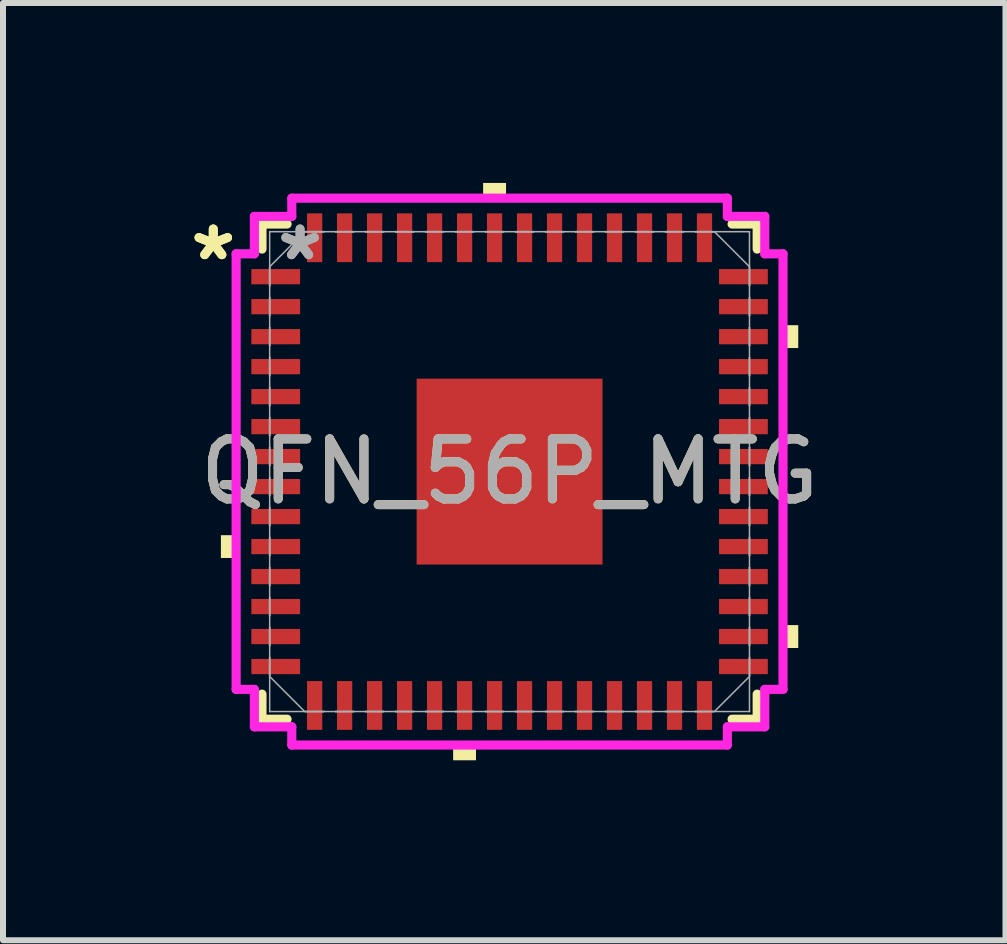
<source format=kicad_pcb>
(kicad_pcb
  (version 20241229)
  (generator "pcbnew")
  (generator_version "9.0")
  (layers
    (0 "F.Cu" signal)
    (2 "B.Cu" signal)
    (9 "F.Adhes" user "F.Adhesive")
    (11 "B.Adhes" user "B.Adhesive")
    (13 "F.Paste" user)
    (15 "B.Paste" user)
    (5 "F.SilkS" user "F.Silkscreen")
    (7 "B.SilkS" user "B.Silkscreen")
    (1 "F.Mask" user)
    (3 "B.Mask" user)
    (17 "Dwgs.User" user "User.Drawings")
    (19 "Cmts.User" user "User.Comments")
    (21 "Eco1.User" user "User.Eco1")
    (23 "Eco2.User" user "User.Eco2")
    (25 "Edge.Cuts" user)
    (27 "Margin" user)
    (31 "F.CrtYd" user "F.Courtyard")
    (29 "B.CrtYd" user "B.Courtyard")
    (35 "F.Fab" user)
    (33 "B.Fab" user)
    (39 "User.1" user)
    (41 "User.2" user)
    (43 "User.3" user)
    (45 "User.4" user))
  (footprint "QFN_56P_MTG"
    (layer "F.Cu")
    (at 5.446 4.813)
    (property "Reference" "QFN_56P_MTG" (at 0 0 0) (unlocked yes) (layer "F.SilkS") (effects (font (size 1 1) (thickness 0.15))))
    (attr smd)
    (fp_line (start -4.128 -4.128) (end -4.128 -3.71) (stroke (width 0.152) (type solid)) (layer "F.SilkS"))
    (fp_line (start -4.128 3.71) (end -4.128 4.128) (stroke (width 0.152) (type solid)) (layer "F.SilkS"))
    (fp_line (start -4.128 4.128) (end -3.71 4.128) (stroke (width 0.152) (type solid)) (layer "F.SilkS"))
    (fp_line (start -3.71 -4.128) (end -4.128 -4.128) (stroke (width 0.152) (type solid)) (layer "F.SilkS"))
    (fp_line (start 3.71 4.128) (end 4.128 4.128) (stroke (width 0.152) (type solid)) (layer "F.SilkS"))
    (fp_line (start 4.128 -4.128) (end 3.71 -4.128) (stroke (width 0.152) (type solid)) (layer "F.SilkS"))
    (fp_line (start 4.128 -3.71) (end 4.128 -4.128) (stroke (width 0.152) (type solid)) (layer "F.SilkS"))
    (fp_line (start 4.128 4.128) (end 4.128 3.71) (stroke (width 0.152) (type solid)) (layer "F.SilkS"))
    (fp_poly (pts (xy -4.813 1.06) (xy -4.813 1.44) (xy -4.559 1.44) (xy -4.559 1.06)) (stroke (width 0) (type solid)) (fill yes) (layer "F.SilkS"))
    (fp_poly (pts (xy -0.941 4.559) (xy -0.941 4.813) (xy -0.56 4.813) (xy -0.56 4.559)) (stroke (width 0) (type solid)) (fill yes) (layer "F.SilkS"))
    (fp_poly (pts (xy -0.441 -4.559) (xy -0.441 -4.813) (xy -0.059 -4.813) (xy -0.059 -4.559)) (stroke (width 0) (type solid)) (fill yes) (layer "F.SilkS"))
    (fp_poly (pts (xy 4.813 -2.441) (xy 4.813 -2.06) (xy 4.559 -2.06) (xy 4.559 -2.441)) (stroke (width 0) (type solid)) (fill yes) (layer "F.SilkS"))
    (fp_poly (pts (xy 4.813 2.559) (xy 4.813 2.941) (xy 4.559 2.941) (xy 4.559 2.559)) (stroke (width 0) (type solid)) (fill yes) (layer "F.SilkS"))
    (fp_poly (pts (xy -1.449 -1.449) (xy -1.449 -0.1) (xy -0.1 -0.1) (xy -0.1 -1.449)) (stroke (width 0) (type solid)) (fill yes) (layer "F.Paste"))
    (fp_poly (pts (xy -1.449 0.1) (xy -1.449 1.449) (xy -0.1 1.449) (xy -0.1 0.1)) (stroke (width 0) (type solid)) (fill yes) (layer "F.Paste"))
    (fp_poly (pts (xy 0.1 -1.449) (xy 0.1 -0.1) (xy 1.449 -0.1) (xy 1.449 -1.449)) (stroke (width 0) (type solid)) (fill yes) (layer "F.Paste"))
    (fp_poly (pts (xy 0.1 0.1) (xy 0.1 1.449) (xy 1.449 1.449) (xy 1.449 0.1)) (stroke (width 0) (type solid)) (fill yes) (layer "F.Paste"))
    (fp_line (start -4.559 -3.631) (end -4.255 -3.631) (stroke (width 0.152) (type solid)) (layer "F.CrtYd"))
    (fp_line (start -4.559 3.631) (end -4.559 -3.631) (stroke (width 0.152) (type solid)) (layer "F.CrtYd"))
    (fp_line (start -4.255 -4.255) (end -3.631 -4.255) (stroke (width 0.152) (type solid)) (layer "F.CrtYd"))
    (fp_line (start -4.255 -3.631) (end -4.255 -4.255) (stroke (width 0.152) (type solid)) (layer "F.CrtYd"))
    (fp_line (start -4.255 3.631) (end -4.559 3.631) (stroke (width 0.152) (type solid)) (layer "F.CrtYd"))
    (fp_line (start -4.255 4.255) (end -4.255 3.631) (stroke (width 0.152) (type solid)) (layer "F.CrtYd"))
    (fp_line (start -3.631 -4.559) (end 3.631 -4.559) (stroke (width 0.152) (type solid)) (layer "F.CrtYd"))
    (fp_line (start -3.631 -4.255) (end -3.631 -4.559) (stroke (width 0.152) (type solid)) (layer "F.CrtYd"))
    (fp_line (start -3.631 4.255) (end -4.255 4.255) (stroke (width 0.152) (type solid)) (layer "F.CrtYd"))
    (fp_line (start -3.631 4.559) (end -3.631 4.255) (stroke (width 0.152) (type solid)) (layer "F.CrtYd"))
    (fp_line (start 3.631 -4.559) (end 3.631 -4.255) (stroke (width 0.152) (type solid)) (layer "F.CrtYd"))
    (fp_line (start 3.631 -4.255) (end 4.255 -4.255) (stroke (width 0.152) (type solid)) (layer "F.CrtYd"))
    (fp_line (start 3.631 4.255) (end 3.631 4.559) (stroke (width 0.152) (type solid)) (layer "F.CrtYd"))
    (fp_line (start 3.631 4.559) (end -3.631 4.559) (stroke (width 0.152) (type solid)) (layer "F.CrtYd"))
    (fp_line (start 4.255 -4.255) (end 4.255 -3.631) (stroke (width 0.152) (type solid)) (layer "F.CrtYd"))
    (fp_line (start 4.255 -3.631) (end 4.559 -3.631) (stroke (width 0.152) (type solid)) (layer "F.CrtYd"))
    (fp_line (start 4.255 3.631) (end 4.255 4.255) (stroke (width 0.152) (type solid)) (layer "F.CrtYd"))
    (fp_line (start 4.255 4.255) (end 3.631 4.255) (stroke (width 0.152) (type solid)) (layer "F.CrtYd"))
    (fp_line (start 4.559 -3.631) (end 4.559 3.631) (stroke (width 0.152) (type solid)) (layer "F.CrtYd"))
    (fp_line (start 4.559 3.631) (end 4.255 3.631) (stroke (width 0.152) (type solid)) (layer "F.CrtYd"))
    (fp_line (start -4 -4) (end -4 -4) (stroke (width 0.025) (type solid)) (layer "F.Fab"))
    (fp_line (start -4 -4) (end -4 4) (stroke (width 0.025) (type solid)) (layer "F.Fab"))
    (fp_line (start -4 -3.416) (end -3.416 -4) (stroke (width 0.025) (type solid)) (layer "F.Fab"))
    (fp_line (start -4 -3.402) (end -4 -3.402) (stroke (width 0.025) (type solid)) (layer "F.Fab"))
    (fp_line (start -4 -3.402) (end -4 -3.098) (stroke (width 0.025) (type solid)) (layer "F.Fab"))
    (fp_line (start -4 -3.098) (end -4 -3.402) (stroke (width 0.025) (type solid)) (layer "F.Fab"))
    (fp_line (start -4 -3.098) (end -4 -3.098) (stroke (width 0.025) (type solid)) (layer "F.Fab"))
    (fp_line (start -4 -2.902) (end -4 -2.902) (stroke (width 0.025) (type solid)) (layer "F.Fab"))
    (fp_line (start -4 -2.902) (end -4 -2.598) (stroke (width 0.025) (type solid)) (layer "F.Fab"))
    (fp_line (start -4 -2.598) (end -4 -2.902) (stroke (width 0.025) (type solid)) (layer "F.Fab"))
    (fp_line (start -4 -2.598) (end -4 -2.598) (stroke (width 0.025) (type solid)) (layer "F.Fab"))
    (fp_line (start -4 -2.402) (end -4 -2.402) (stroke (width 0.025) (type solid)) (layer "F.Fab"))
    (fp_line (start -4 -2.402) (end -4 -2.098) (stroke (width 0.025) (type solid)) (layer "F.Fab"))
    (fp_line (start -4 -2.098) (end -4 -2.402) (stroke (width 0.025) (type solid)) (layer "F.Fab"))
    (fp_line (start -4 -2.098) (end -4 -2.098) (stroke (width 0.025) (type solid)) (layer "F.Fab"))
    (fp_line (start -4 -1.902) (end -4 -1.902) (stroke (width 0.025) (type solid)) (layer "F.Fab"))
    (fp_line (start -4 -1.902) (end -4 -1.598) (stroke (width 0.025) (type solid)) (layer "F.Fab"))
    (fp_line (start -4 -1.598) (end -4 -1.902) (stroke (width 0.025) (type solid)) (layer "F.Fab"))
    (fp_line (start -4 -1.598) (end -4 -1.598) (stroke (width 0.025) (type solid)) (layer "F.Fab"))
    (fp_line (start -4 -1.402) (end -4 -1.402) (stroke (width 0.025) (type solid)) (layer "F.Fab"))
    (fp_line (start -4 -1.402) (end -4 -1.098) (stroke (width 0.025) (type solid)) (layer "F.Fab"))
    (fp_line (start -4 -1.098) (end -4 -1.402) (stroke (width 0.025) (type solid)) (layer "F.Fab"))
    (fp_line (start -4 -1.098) (end -4 -1.098) (stroke (width 0.025) (type solid)) (layer "F.Fab"))
    (fp_line (start -4 -0.902) (end -4 -0.902) (stroke (width 0.025) (type solid)) (layer "F.Fab"))
    (fp_line (start -4 -0.902) (end -4 -0.598) (stroke (width 0.025) (type solid)) (layer "F.Fab"))
    (fp_line (start -4 -0.598) (end -4 -0.902) (stroke (width 0.025) (type solid)) (layer "F.Fab"))
    (fp_line (start -4 -0.598) (end -4 -0.598) (stroke (width 0.025) (type solid)) (layer "F.Fab"))
    (fp_line (start -4 -0.402) (end -4 -0.402) (stroke (width 0.025) (type solid)) (layer "F.Fab"))
    (fp_line (start -4 -0.402) (end -4 -0.098) (stroke (width 0.025) (type solid)) (layer "F.Fab"))
    (fp_line (start -4 -0.098) (end -4 -0.402) (stroke (width 0.025) (type solid)) (layer "F.Fab"))
    (fp_line (start -4 -0.098) (end -4 -0.098) (stroke (width 0.025) (type solid)) (layer "F.Fab"))
    (fp_line (start -4 0.098) (end -4 0.098) (stroke (width 0.025) (type solid)) (layer "F.Fab"))
    (fp_line (start -4 0.098) (end -4 0.402) (stroke (width 0.025) (type solid)) (layer "F.Fab"))
    (fp_line (start -4 0.402) (end -4 0.098) (stroke (width 0.025) (type solid)) (layer "F.Fab"))
    (fp_line (start -4 0.402) (end -4 0.402) (stroke (width 0.025) (type solid)) (layer "F.Fab"))
    (fp_line (start -4 0.598) (end -4 0.598) (stroke (width 0.025) (type solid)) (layer "F.Fab"))
    (fp_line (start -4 0.598) (end -4 0.902) (stroke (width 0.025) (type solid)) (layer "F.Fab"))
    (fp_line (start -4 0.902) (end -4 0.598) (stroke (width 0.025) (type solid)) (layer "F.Fab"))
    (fp_line (start -4 0.902) (end -4 0.902) (stroke (width 0.025) (type solid)) (layer "F.Fab"))
    (fp_line (start -4 1.098) (end -4 1.098) (stroke (width 0.025) (type solid)) (layer "F.Fab"))
    (fp_line (start -4 1.098) (end -4 1.402) (stroke (width 0.025) (type solid)) (layer "F.Fab"))
    (fp_line (start -4 1.402) (end -4 1.098) (stroke (width 0.025) (type solid)) (layer "F.Fab"))
    (fp_line (start -4 1.402) (end -4 1.402) (stroke (width 0.025) (type solid)) (layer "F.Fab"))
    (fp_line (start -4 1.598) (end -4 1.598) (stroke (width 0.025) (type solid)) (layer "F.Fab"))
    (fp_line (start -4 1.598) (end -4 1.902) (stroke (width 0.025) (type solid)) (layer "F.Fab"))
    (fp_line (start -4 1.902) (end -4 1.598) (stroke (width 0.025) (type solid)) (layer "F.Fab"))
    (fp_line (start -4 1.902) (end -4 1.902) (stroke (width 0.025) (type solid)) (layer "F.Fab"))
    (fp_line (start -4 2.098) (end -4 2.098) (stroke (width 0.025) (type solid)) (layer "F.Fab"))
    (fp_line (start -4 2.098) (end -4 2.402) (stroke (width 0.025) (type solid)) (layer "F.Fab"))
    (fp_line (start -4 2.402) (end -4 2.098) (stroke (width 0.025) (type solid)) (layer "F.Fab"))
    (fp_line (start -4 2.402) (end -4 2.402) (stroke (width 0.025) (type solid)) (layer "F.Fab"))
    (fp_line (start -4 2.598) (end -4 2.598) (stroke (width 0.025) (type solid)) (layer "F.Fab"))
    (fp_line (start -4 2.598) (end -4 2.902) (stroke (width 0.025) (type solid)) (layer "F.Fab"))
    (fp_line (start -4 2.902) (end -4 2.598) (stroke (width 0.025) (type solid)) (layer "F.Fab"))
    (fp_line (start -4 2.902) (end -4 2.902) (stroke (width 0.025) (type solid)) (layer "F.Fab"))
    (fp_line (start -4 3.098) (end -4 3.098) (stroke (width 0.025) (type solid)) (layer "F.Fab"))
    (fp_line (start -4 3.098) (end -4 3.402) (stroke (width 0.025) (type solid)) (layer "F.Fab"))
    (fp_line (start -4 3.402) (end -4 3.098) (stroke (width 0.025) (type solid)) (layer "F.Fab"))
    (fp_line (start -4 3.402) (end -4 3.402) (stroke (width 0.025) (type solid)) (layer "F.Fab"))
    (fp_line (start -4 4) (end -4 4) (stroke (width 0.025) (type solid)) (layer "F.Fab"))
    (fp_line (start -4 4) (end 4 4) (stroke (width 0.025) (type solid)) (layer "F.Fab"))
    (fp_line (start -3.416 4) (end -4 3.416) (stroke (width 0.025) (type solid)) (layer "F.Fab"))
    (fp_line (start -3.402 -4) (end -3.402 -4) (stroke (width 0.025) (type solid)) (layer "F.Fab"))
    (fp_line (start -3.402 -4) (end -3.098 -4) (stroke (width 0.025) (type solid)) (layer "F.Fab"))
    (fp_line (start -3.402 4) (end -3.402 4) (stroke (width 0.025) (type solid)) (layer "F.Fab"))
    (fp_line (start -3.402 4) (end -3.098 4) (stroke (width 0.025) (type solid)) (layer "F.Fab"))
    (fp_line (start -3.098 -4) (end -3.402 -4) (stroke (width 0.025) (type solid)) (layer "F.Fab"))
    (fp_line (start -3.098 -4) (end -3.098 -4) (stroke (width 0.025) (type solid)) (layer "F.Fab"))
    (fp_line (start -3.098 4) (end -3.402 4) (stroke (width 0.025) (type solid)) (layer "F.Fab"))
    (fp_line (start -3.098 4) (end -3.098 4) (stroke (width 0.025) (type solid)) (layer "F.Fab"))
    (fp_line (start -2.902 -4) (end -2.902 -4) (stroke (width 0.025) (type solid)) (layer "F.Fab"))
    (fp_line (start -2.902 -4) (end -2.598 -4) (stroke (width 0.025) (type solid)) (layer "F.Fab"))
    (fp_line (start -2.902 4) (end -2.902 4) (stroke (width 0.025) (type solid)) (layer "F.Fab"))
    (fp_line (start -2.902 4) (end -2.598 4) (stroke (width 0.025) (type solid)) (layer "F.Fab"))
    (fp_line (start -2.598 -4) (end -2.902 -4) (stroke (width 0.025) (type solid)) (layer "F.Fab"))
    (fp_line (start -2.598 -4) (end -2.598 -4) (stroke (width 0.025) (type solid)) (layer "F.Fab"))
    (fp_line (start -2.598 4) (end -2.902 4) (stroke (width 0.025) (type solid)) (layer "F.Fab"))
    (fp_line (start -2.598 4) (end -2.598 4) (stroke (width 0.025) (type solid)) (layer "F.Fab"))
    (fp_line (start -2.402 -4) (end -2.402 -4) (stroke (width 0.025) (type solid)) (layer "F.Fab"))
    (fp_line (start -2.402 -4) (end -2.098 -4) (stroke (width 0.025) (type solid)) (layer "F.Fab"))
    (fp_line (start -2.402 4) (end -2.402 4) (stroke (width 0.025) (type solid)) (layer "F.Fab"))
    (fp_line (start -2.402 4) (end -2.098 4) (stroke (width 0.025) (type solid)) (layer "F.Fab"))
    (fp_line (start -2.098 -4) (end -2.402 -4) (stroke (width 0.025) (type solid)) (layer "F.Fab"))
    (fp_line (start -2.098 -4) (end -2.098 -4) (stroke (width 0.025) (type solid)) (layer "F.Fab"))
    (fp_line (start -2.098 4) (end -2.402 4) (stroke (width 0.025) (type solid)) (layer "F.Fab"))
    (fp_line (start -2.098 4) (end -2.098 4) (stroke (width 0.025) (type solid)) (layer "F.Fab"))
    (fp_line (start -1.902 -4) (end -1.902 -4) (stroke (width 0.025) (type solid)) (layer "F.Fab"))
    (fp_line (start -1.902 -4) (end -1.598 -4) (stroke (width 0.025) (type solid)) (layer "F.Fab"))
    (fp_line (start -1.902 4) (end -1.902 4) (stroke (width 0.025) (type solid)) (layer "F.Fab"))
    (fp_line (start -1.902 4) (end -1.598 4) (stroke (width 0.025) (type solid)) (layer "F.Fab"))
    (fp_line (start -1.598 -4) (end -1.902 -4) (stroke (width 0.025) (type solid)) (layer "F.Fab"))
    (fp_line (start -1.598 -4) (end -1.598 -4) (stroke (width 0.025) (type solid)) (layer "F.Fab"))
    (fp_line (start -1.598 4) (end -1.902 4) (stroke (width 0.025) (type solid)) (layer "F.Fab"))
    (fp_line (start -1.598 4) (end -1.598 4) (stroke (width 0.025) (type solid)) (layer "F.Fab"))
    (fp_line (start -1.402 -4) (end -1.402 -4) (stroke (width 0.025) (type solid)) (layer "F.Fab"))
    (fp_line (start -1.402 -4) (end -1.098 -4) (stroke (width 0.025) (type solid)) (layer "F.Fab"))
    (fp_line (start -1.402 4) (end -1.402 4) (stroke (width 0.025) (type solid)) (layer "F.Fab"))
    (fp_line (start -1.402 4) (end -1.098 4) (stroke (width 0.025) (type solid)) (layer "F.Fab"))
    (fp_line (start -1.098 -4) (end -1.402 -4) (stroke (width 0.025) (type solid)) (layer "F.Fab"))
    (fp_line (start -1.098 -4) (end -1.098 -4) (stroke (width 0.025) (type solid)) (layer "F.Fab"))
    (fp_line (start -1.098 4) (end -1.402 4) (stroke (width 0.025) (type solid)) (layer "F.Fab"))
    (fp_line (start -1.098 4) (end -1.098 4) (stroke (width 0.025) (type solid)) (layer "F.Fab"))
    (fp_line (start -0.902 -4) (end -0.902 -4) (stroke (width 0.025) (type solid)) (layer "F.Fab"))
    (fp_line (start -0.902 -4) (end -0.598 -4) (stroke (width 0.025) (type solid)) (layer "F.Fab"))
    (fp_line (start -0.902 4) (end -0.902 4) (stroke (width 0.025) (type solid)) (layer "F.Fab"))
    (fp_line (start -0.902 4) (end -0.598 4) (stroke (width 0.025) (type solid)) (layer "F.Fab"))
    (fp_line (start -0.598 -4) (end -0.902 -4) (stroke (width 0.025) (type solid)) (layer "F.Fab"))
    (fp_line (start -0.598 -4) (end -0.598 -4) (stroke (width 0.025) (type solid)) (layer "F.Fab"))
    (fp_line (start -0.598 4) (end -0.902 4) (stroke (width 0.025) (type solid)) (layer "F.Fab"))
    (fp_line (start -0.598 4) (end -0.598 4) (stroke (width 0.025) (type solid)) (layer "F.Fab"))
    (fp_line (start -0.402 -4) (end -0.402 -4) (stroke (width 0.025) (type solid)) (layer "F.Fab"))
    (fp_line (start -0.402 -4) (end -0.098 -4) (stroke (width 0.025) (type solid)) (layer "F.Fab"))
    (fp_line (start -0.402 4) (end -0.402 4) (stroke (width 0.025) (type solid)) (layer "F.Fab"))
    (fp_line (start -0.402 4) (end -0.098 4) (stroke (width 0.025) (type solid)) (layer "F.Fab"))
    (fp_line (start -0.098 -4) (end -0.402 -4) (stroke (width 0.025) (type solid)) (layer "F.Fab"))
    (fp_line (start -0.098 -4) (end -0.098 -4) (stroke (width 0.025) (type solid)) (layer "F.Fab"))
    (fp_line (start -0.098 4) (end -0.402 4) (stroke (width 0.025) (type solid)) (layer "F.Fab"))
    (fp_line (start -0.098 4) (end -0.098 4) (stroke (width 0.025) (type solid)) (layer "F.Fab"))
    (fp_line (start 0.098 -4) (end 0.098 -4) (stroke (width 0.025) (type solid)) (layer "F.Fab"))
    (fp_line (start 0.098 -4) (end 0.402 -4) (stroke (width 0.025) (type solid)) (layer "F.Fab"))
    (fp_line (start 0.098 4) (end 0.098 4) (stroke (width 0.025) (type solid)) (layer "F.Fab"))
    (fp_line (start 0.098 4) (end 0.402 4) (stroke (width 0.025) (type solid)) (layer "F.Fab"))
    (fp_line (start 0.402 -4) (end 0.098 -4) (stroke (width 0.025) (type solid)) (layer "F.Fab"))
    (fp_line (start 0.402 -4) (end 0.402 -4) (stroke (width 0.025) (type solid)) (layer "F.Fab"))
    (fp_line (start 0.402 4) (end 0.098 4) (stroke (width 0.025) (type solid)) (layer "F.Fab"))
    (fp_line (start 0.402 4) (end 0.402 4) (stroke (width 0.025) (type solid)) (layer "F.Fab"))
    (fp_line (start 0.598 -4) (end 0.598 -4) (stroke (width 0.025) (type solid)) (layer "F.Fab"))
    (fp_line (start 0.598 -4) (end 0.902 -4) (stroke (width 0.025) (type solid)) (layer "F.Fab"))
    (fp_line (start 0.598 4) (end 0.598 4) (stroke (width 0.025) (type solid)) (layer "F.Fab"))
    (fp_line (start 0.598 4) (end 0.902 4) (stroke (width 0.025) (type solid)) (layer "F.Fab"))
    (fp_line (start 0.902 -4) (end 0.598 -4) (stroke (width 0.025) (type solid)) (layer "F.Fab"))
    (fp_line (start 0.902 -4) (end 0.902 -4) (stroke (width 0.025) (type solid)) (layer "F.Fab"))
    (fp_line (start 0.902 4) (end 0.598 4) (stroke (width 0.025) (type solid)) (layer "F.Fab"))
    (fp_line (start 0.902 4) (end 0.902 4) (stroke (width 0.025) (type solid)) (layer "F.Fab"))
    (fp_line (start 1.098 -4) (end 1.098 -4) (stroke (width 0.025) (type solid)) (layer "F.Fab"))
    (fp_line (start 1.098 -4) (end 1.402 -4) (stroke (width 0.025) (type solid)) (layer "F.Fab"))
    (fp_line (start 1.098 4) (end 1.098 4) (stroke (width 0.025) (type solid)) (layer "F.Fab"))
    (fp_line (start 1.098 4) (end 1.402 4) (stroke (width 0.025) (type solid)) (layer "F.Fab"))
    (fp_line (start 1.402 -4) (end 1.098 -4) (stroke (width 0.025) (type solid)) (layer "F.Fab"))
    (fp_line (start 1.402 -4) (end 1.402 -4) (stroke (width 0.025) (type solid)) (layer "F.Fab"))
    (fp_line (start 1.402 4) (end 1.098 4) (stroke (width 0.025) (type solid)) (layer "F.Fab"))
    (fp_line (start 1.402 4) (end 1.402 4) (stroke (width 0.025) (type solid)) (layer "F.Fab"))
    (fp_line (start 1.598 -4) (end 1.598 -4) (stroke (width 0.025) (type solid)) (layer "F.Fab"))
    (fp_line (start 1.598 -4) (end 1.902 -4) (stroke (width 0.025) (type solid)) (layer "F.Fab"))
    (fp_line (start 1.598 4) (end 1.598 4) (stroke (width 0.025) (type solid)) (layer "F.Fab"))
    (fp_line (start 1.598 4) (end 1.902 4) (stroke (width 0.025) (type solid)) (layer "F.Fab"))
    (fp_line (start 1.902 -4) (end 1.598 -4) (stroke (width 0.025) (type solid)) (layer "F.Fab"))
    (fp_line (start 1.902 -4) (end 1.902 -4) (stroke (width 0.025) (type solid)) (layer "F.Fab"))
    (fp_line (start 1.902 4) (end 1.598 4) (stroke (width 0.025) (type solid)) (layer "F.Fab"))
    (fp_line (start 1.902 4) (end 1.902 4) (stroke (width 0.025) (type solid)) (layer "F.Fab"))
    (fp_line (start 2.098 -4) (end 2.098 -4) (stroke (width 0.025) (type solid)) (layer "F.Fab"))
    (fp_line (start 2.098 -4) (end 2.402 -4) (stroke (width 0.025) (type solid)) (layer "F.Fab"))
    (fp_line (start 2.098 4) (end 2.098 4) (stroke (width 0.025) (type solid)) (layer "F.Fab"))
    (fp_line (start 2.098 4) (end 2.402 4) (stroke (width 0.025) (type solid)) (layer "F.Fab"))
    (fp_line (start 2.402 -4) (end 2.098 -4) (stroke (width 0.025) (type solid)) (layer "F.Fab"))
    (fp_line (start 2.402 -4) (end 2.402 -4) (stroke (width 0.025) (type solid)) (layer "F.Fab"))
    (fp_line (start 2.402 4) (end 2.098 4) (stroke (width 0.025) (type solid)) (layer "F.Fab"))
    (fp_line (start 2.402 4) (end 2.402 4) (stroke (width 0.025) (type solid)) (layer "F.Fab"))
    (fp_line (start 2.598 -4) (end 2.598 -4) (stroke (width 0.025) (type solid)) (layer "F.Fab"))
    (fp_line (start 2.598 -4) (end 2.902 -4) (stroke (width 0.025) (type solid)) (layer "F.Fab"))
    (fp_line (start 2.598 4) (end 2.598 4) (stroke (width 0.025) (type solid)) (layer "F.Fab"))
    (fp_line (start 2.598 4) (end 2.902 4) (stroke (width 0.025) (type solid)) (layer "F.Fab"))
    (fp_line (start 2.902 -4) (end 2.598 -4) (stroke (width 0.025) (type solid)) (layer "F.Fab"))
    (fp_line (start 2.902 -4) (end 2.902 -4) (stroke (width 0.025) (type solid)) (layer "F.Fab"))
    (fp_line (start 2.902 4) (end 2.598 4) (stroke (width 0.025) (type solid)) (layer "F.Fab"))
    (fp_line (start 2.902 4) (end 2.902 4) (stroke (width 0.025) (type solid)) (layer "F.Fab"))
    (fp_line (start 3.098 -4) (end 3.098 -4) (stroke (width 0.025) (type solid)) (layer "F.Fab"))
    (fp_line (start 3.098 -4) (end 3.402 -4) (stroke (width 0.025) (type solid)) (layer "F.Fab"))
    (fp_line (start 3.098 4) (end 3.098 4) (stroke (width 0.025) (type solid)) (layer "F.Fab"))
    (fp_line (start 3.098 4) (end 3.402 4) (stroke (width 0.025) (type solid)) (layer "F.Fab"))
    (fp_line (start 3.402 -4) (end 3.098 -4) (stroke (width 0.025) (type solid)) (layer "F.Fab"))
    (fp_line (start 3.402 -4) (end 3.402 -4) (stroke (width 0.025) (type solid)) (layer "F.Fab"))
    (fp_line (start 3.402 4) (end 3.098 4) (stroke (width 0.025) (type solid)) (layer "F.Fab"))
    (fp_line (start 3.402 4) (end 3.402 4) (stroke (width 0.025) (type solid)) (layer "F.Fab"))
    (fp_line (start 3.416 -4) (end 4 -3.416) (stroke (width 0.025) (type solid)) (layer "F.Fab"))
    (fp_line (start 3.416 4) (end 4 3.416) (stroke (width 0.025) (type solid)) (layer "F.Fab"))
    (fp_line (start 4 -4) (end -4 -4) (stroke (width 0.025) (type solid)) (layer "F.Fab"))
    (fp_line (start 4 -4) (end 4 -4) (stroke (width 0.025) (type solid)) (layer "F.Fab"))
    (fp_line (start 4 -3.402) (end 4 -3.402) (stroke (width 0.025) (type solid)) (layer "F.Fab"))
    (fp_line (start 4 -3.402) (end 4 -3.098) (stroke (width 0.025) (type solid)) (layer "F.Fab"))
    (fp_line (start 4 -3.098) (end 4 -3.402) (stroke (width 0.025) (type solid)) (layer "F.Fab"))
    (fp_line (start 4 -3.098) (end 4 -3.098) (stroke (width 0.025) (type solid)) (layer "F.Fab"))
    (fp_line (start 4 -2.902) (end 4 -2.902) (stroke (width 0.025) (type solid)) (layer "F.Fab"))
    (fp_line (start 4 -2.902) (end 4 -2.598) (stroke (width 0.025) (type solid)) (layer "F.Fab"))
    (fp_line (start 4 -2.598) (end 4 -2.902) (stroke (width 0.025) (type solid)) (layer "F.Fab"))
    (fp_line (start 4 -2.598) (end 4 -2.598) (stroke (width 0.025) (type solid)) (layer "F.Fab"))
    (fp_line (start 4 -2.402) (end 4 -2.402) (stroke (width 0.025) (type solid)) (layer "F.Fab"))
    (fp_line (start 4 -2.402) (end 4 -2.098) (stroke (width 0.025) (type solid)) (layer "F.Fab"))
    (fp_line (start 4 -2.098) (end 4 -2.402) (stroke (width 0.025) (type solid)) (layer "F.Fab"))
    (fp_line (start 4 -2.098) (end 4 -2.098) (stroke (width 0.025) (type solid)) (layer "F.Fab"))
    (fp_line (start 4 -1.902) (end 4 -1.902) (stroke (width 0.025) (type solid)) (layer "F.Fab"))
    (fp_line (start 4 -1.902) (end 4 -1.598) (stroke (width 0.025) (type solid)) (layer "F.Fab"))
    (fp_line (start 4 -1.598) (end 4 -1.902) (stroke (width 0.025) (type solid)) (layer "F.Fab"))
    (fp_line (start 4 -1.598) (end 4 -1.598) (stroke (width 0.025) (type solid)) (layer "F.Fab"))
    (fp_line (start 4 -1.402) (end 4 -1.402) (stroke (width 0.025) (type solid)) (layer "F.Fab"))
    (fp_line (start 4 -1.402) (end 4 -1.098) (stroke (width 0.025) (type solid)) (layer "F.Fab"))
    (fp_line (start 4 -1.098) (end 4 -1.402) (stroke (width 0.025) (type solid)) (layer "F.Fab"))
    (fp_line (start 4 -1.098) (end 4 -1.098) (stroke (width 0.025) (type solid)) (layer "F.Fab"))
    (fp_line (start 4 -0.902) (end 4 -0.902) (stroke (width 0.025) (type solid)) (layer "F.Fab"))
    (fp_line (start 4 -0.902) (end 4 -0.598) (stroke (width 0.025) (type solid)) (layer "F.Fab"))
    (fp_line (start 4 -0.598) (end 4 -0.902) (stroke (width 0.025) (type solid)) (layer "F.Fab"))
    (fp_line (start 4 -0.598) (end 4 -0.598) (stroke (width 0.025) (type solid)) (layer "F.Fab"))
    (fp_line (start 4 -0.402) (end 4 -0.402) (stroke (width 0.025) (type solid)) (layer "F.Fab"))
    (fp_line (start 4 -0.402) (end 4 -0.098) (stroke (width 0.025) (type solid)) (layer "F.Fab"))
    (fp_line (start 4 -0.098) (end 4 -0.402) (stroke (width 0.025) (type solid)) (layer "F.Fab"))
    (fp_line (start 4 -0.098) (end 4 -0.098) (stroke (width 0.025) (type solid)) (layer "F.Fab"))
    (fp_line (start 4 0.098) (end 4 0.098) (stroke (width 0.025) (type solid)) (layer "F.Fab"))
    (fp_line (start 4 0.098) (end 4 0.402) (stroke (width 0.025) (type solid)) (layer "F.Fab"))
    (fp_line (start 4 0.402) (end 4 0.098) (stroke (width 0.025) (type solid)) (layer "F.Fab"))
    (fp_line (start 4 0.402) (end 4 0.402) (stroke (width 0.025) (type solid)) (layer "F.Fab"))
    (fp_line (start 4 0.598) (end 4 0.598) (stroke (width 0.025) (type solid)) (layer "F.Fab"))
    (fp_line (start 4 0.598) (end 4 0.902) (stroke (width 0.025) (type solid)) (layer "F.Fab"))
    (fp_line (start 4 0.902) (end 4 0.598) (stroke (width 0.025) (type solid)) (layer "F.Fab"))
    (fp_line (start 4 0.902) (end 4 0.902) (stroke (width 0.025) (type solid)) (layer "F.Fab"))
    (fp_line (start 4 1.098) (end 4 1.098) (stroke (width 0.025) (type solid)) (layer "F.Fab"))
    (fp_line (start 4 1.098) (end 4 1.402) (stroke (width 0.025) (type solid)) (layer "F.Fab"))
    (fp_line (start 4 1.402) (end 4 1.098) (stroke (width 0.025) (type solid)) (layer "F.Fab"))
    (fp_line (start 4 1.402) (end 4 1.402) (stroke (width 0.025) (type solid)) (layer "F.Fab"))
    (fp_line (start 4 1.598) (end 4 1.598) (stroke (width 0.025) (type solid)) (layer "F.Fab"))
    (fp_line (start 4 1.598) (end 4 1.902) (stroke (width 0.025) (type solid)) (layer "F.Fab"))
    (fp_line (start 4 1.902) (end 4 1.598) (stroke (width 0.025) (type solid)) (layer "F.Fab"))
    (fp_line (start 4 1.902) (end 4 1.902) (stroke (width 0.025) (type solid)) (layer "F.Fab"))
    (fp_line (start 4 2.098) (end 4 2.098) (stroke (width 0.025) (type solid)) (layer "F.Fab"))
    (fp_line (start 4 2.098) (end 4 2.402) (stroke (width 0.025) (type solid)) (layer "F.Fab"))
    (fp_line (start 4 2.402) (end 4 2.098) (stroke (width 0.025) (type solid)) (layer "F.Fab"))
    (fp_line (start 4 2.402) (end 4 2.402) (stroke (width 0.025) (type solid)) (layer "F.Fab"))
    (fp_line (start 4 2.598) (end 4 2.598) (stroke (width 0.025) (type solid)) (layer "F.Fab"))
    (fp_line (start 4 2.598) (end 4 2.902) (stroke (width 0.025) (type solid)) (layer "F.Fab"))
    (fp_line (start 4 2.902) (end 4 2.598) (stroke (width 0.025) (type solid)) (layer "F.Fab"))
    (fp_line (start 4 2.902) (end 4 2.902) (stroke (width 0.025) (type solid)) (layer "F.Fab"))
    (fp_line (start 4 3.098) (end 4 3.098) (stroke (width 0.025) (type solid)) (layer "F.Fab"))
    (fp_line (start 4 3.098) (end 4 3.402) (stroke (width 0.025) (type solid)) (layer "F.Fab"))
    (fp_line (start 4 3.402) (end 4 3.098) (stroke (width 0.025) (type solid)) (layer "F.Fab"))
    (fp_line (start 4 3.402) (end 4 3.402) (stroke (width 0.025) (type solid)) (layer "F.Fab"))
    (fp_line (start 4 4) (end 4 -4) (stroke (width 0.025) (type solid)) (layer "F.Fab"))
    (fp_line (start 4 4) (end 4 4) (stroke (width 0.025) (type solid)) (layer "F.Fab"))
    (fp_text user "*" (at -4.94 -3.5 0) (layer "F.SilkS") (effects (font (size 1 1) (thickness 0.15))))
    (fp_text user "*" (at -4.94 -3.5 0) (unlocked yes) (layer "F.SilkS") (effects (font (size 1 1) (thickness 0.15))))
    (fp_text user "*" (at -3.493 -3.5 0) (unlocked yes) (layer "F.Fab") (effects (font (size 1 1) (thickness 0.15))))
    (fp_text user "${REFERENCE}" (at 0 0 0) (unlocked yes) (layer "F.Fab") (effects (font (size 1 1) (thickness 0.15))))
    (fp_text user "*" (at -3.493 -3.5 0) (layer "F.Fab") (effects (font (size 1 1) (thickness 0.15))))
    (pad "1" smd rect (at -3.899 -3.25 90) (size 0.254 0.813) (layers "F.Cu" "F.Mask" "F.Paste"))
    (pad "2" smd rect (at -3.899 -2.75 90) (size 0.254 0.813) (layers "F.Cu" "F.Mask" "F.Paste"))
    (pad "3" smd rect (at -3.899 -2.25 90) (size 0.254 0.813) (layers "F.Cu" "F.Mask" "F.Paste"))
    (pad "4" smd rect (at -3.899 -1.75 90) (size 0.254 0.813) (layers "F.Cu" "F.Mask" "F.Paste"))
    (pad "5" smd rect (at -3.899 -1.25 90) (size 0.254 0.813) (layers "F.Cu" "F.Mask" "F.Paste"))
    (pad "6" smd rect (at -3.899 -0.75 90) (size 0.254 0.813) (layers "F.Cu" "F.Mask" "F.Paste"))
    (pad "7" smd rect (at -3.899 -0.25 90) (size 0.254 0.813) (layers "F.Cu" "F.Mask" "F.Paste"))
    (pad "8" smd rect (at -3.899 0.25 90) (size 0.254 0.813) (layers "F.Cu" "F.Mask" "F.Paste"))
    (pad "9" smd rect (at -3.899 0.75 90) (size 0.254 0.813) (layers "F.Cu" "F.Mask" "F.Paste"))
    (pad "10" smd rect (at -3.899 1.25 90) (size 0.254 0.813) (layers "F.Cu" "F.Mask" "F.Paste"))
    (pad "11" smd rect (at -3.899 1.75 90) (size 0.254 0.813) (layers "F.Cu" "F.Mask" "F.Paste"))
    (pad "12" smd rect (at -3.899 2.25 90) (size 0.254 0.813) (layers "F.Cu" "F.Mask" "F.Paste"))
    (pad "13" smd rect (at -3.899 2.75 90) (size 0.254 0.813) (layers "F.Cu" "F.Mask" "F.Paste"))
    (pad "14" smd rect (at -3.899 3.25 90) (size 0.254 0.813) (layers "F.Cu" "F.Mask" "F.Paste"))
    (pad "15" smd rect (at -3.25 3.899) (size 0.254 0.813) (layers "F.Cu" "F.Mask" "F.Paste"))
    (pad "16" smd rect (at -2.75 3.899) (size 0.254 0.813) (layers "F.Cu" "F.Mask" "F.Paste"))
    (pad "17" smd rect (at -2.25 3.899) (size 0.254 0.813) (layers "F.Cu" "F.Mask" "F.Paste"))
    (pad "18" smd rect (at -1.75 3.899) (size 0.254 0.813) (layers "F.Cu" "F.Mask" "F.Paste"))
    (pad "19" smd rect (at -1.25 3.899) (size 0.254 0.813) (layers "F.Cu" "F.Mask" "F.Paste"))
    (pad "20" smd rect (at -0.75 3.899) (size 0.254 0.813) (layers "F.Cu" "F.Mask" "F.Paste"))
    (pad "21" smd rect (at -0.25 3.899) (size 0.254 0.813) (layers "F.Cu" "F.Mask" "F.Paste"))
    (pad "22" smd rect (at 0.25 3.899) (size 0.254 0.813) (layers "F.Cu" "F.Mask" "F.Paste"))
    (pad "23" smd rect (at 0.75 3.899) (size 0.254 0.813) (layers "F.Cu" "F.Mask" "F.Paste"))
    (pad "24" smd rect (at 1.25 3.899) (size 0.254 0.813) (layers "F.Cu" "F.Mask" "F.Paste"))
    (pad "25" smd rect (at 1.75 3.899) (size 0.254 0.813) (layers "F.Cu" "F.Mask" "F.Paste"))
    (pad "26" smd rect (at 2.25 3.899) (size 0.254 0.813) (layers "F.Cu" "F.Mask" "F.Paste"))
    (pad "27" smd rect (at 2.75 3.899) (size 0.254 0.813) (layers "F.Cu" "F.Mask" "F.Paste"))
    (pad "28" smd rect (at 3.25 3.899) (size 0.254 0.813) (layers "F.Cu" "F.Mask" "F.Paste"))
    (pad "29" smd rect (at 3.899 3.25 90) (size 0.254 0.813) (layers "F.Cu" "F.Mask" "F.Paste"))
    (pad "30" smd rect (at 3.899 2.75 90) (size 0.254 0.813) (layers "F.Cu" "F.Mask" "F.Paste"))
    (pad "31" smd rect (at 3.899 2.25 90) (size 0.254 0.813) (layers "F.Cu" "F.Mask" "F.Paste"))
    (pad "32" smd rect (at 3.899 1.75 90) (size 0.254 0.813) (layers "F.Cu" "F.Mask" "F.Paste"))
    (pad "33" smd rect (at 3.899 1.25 90) (size 0.254 0.813) (layers "F.Cu" "F.Mask" "F.Paste"))
    (pad "34" smd rect (at 3.899 0.75 90) (size 0.254 0.813) (layers "F.Cu" "F.Mask" "F.Paste"))
    (pad "35" smd rect (at 3.899 0.25 90) (size 0.254 0.813) (layers "F.Cu" "F.Mask" "F.Paste"))
    (pad "36" smd rect (at 3.899 -0.25 90) (size 0.254 0.813) (layers "F.Cu" "F.Mask" "F.Paste"))
    (pad "37" smd rect (at 3.899 -0.75 90) (size 0.254 0.813) (layers "F.Cu" "F.Mask" "F.Paste"))
    (pad "38" smd rect (at 3.899 -1.25 90) (size 0.254 0.813) (layers "F.Cu" "F.Mask" "F.Paste"))
    (pad "39" smd rect (at 3.899 -1.75 90) (size 0.254 0.813) (layers "F.Cu" "F.Mask" "F.Paste"))
    (pad "40" smd rect (at 3.899 -2.25 90) (size 0.254 0.813) (layers "F.Cu" "F.Mask" "F.Paste"))
    (pad "41" smd rect (at 3.899 -2.75 90) (size 0.254 0.813) (layers "F.Cu" "F.Mask" "F.Paste"))
    (pad "42" smd rect (at 3.899 -3.25 90) (size 0.254 0.813) (layers "F.Cu" "F.Mask" "F.Paste"))
    (pad "43" smd rect (at 3.25 -3.899) (size 0.254 0.813) (layers "F.Cu" "F.Mask" "F.Paste"))
    (pad "44" smd rect (at 2.75 -3.899) (size 0.254 0.813) (layers "F.Cu" "F.Mask" "F.Paste"))
    (pad "45" smd rect (at 2.25 -3.899) (size 0.254 0.813) (layers "F.Cu" "F.Mask" "F.Paste"))
    (pad "46" smd rect (at 1.75 -3.899) (size 0.254 0.813) (layers "F.Cu" "F.Mask" "F.Paste"))
    (pad "47" smd rect (at 1.25 -3.899) (size 0.254 0.813) (layers "F.Cu" "F.Mask" "F.Paste"))
    (pad "48" smd rect (at 0.75 -3.899) (size 0.254 0.813) (layers "F.Cu" "F.Mask" "F.Paste"))
    (pad "49" smd rect (at 0.25 -3.899) (size 0.254 0.813) (layers "F.Cu" "F.Mask" "F.Paste"))
    (pad "50" smd rect (at -0.25 -3.899) (size 0.254 0.813) (layers "F.Cu" "F.Mask" "F.Paste"))
    (pad "51" smd rect (at -0.75 -3.899) (size 0.254 0.813) (layers "F.Cu" "F.Mask" "F.Paste"))
    (pad "52" smd rect (at -1.25 -3.899) (size 0.254 0.813) (layers "F.Cu" "F.Mask" "F.Paste"))
    (pad "53" smd rect (at -1.75 -3.899) (size 0.254 0.813) (layers "F.Cu" "F.Mask" "F.Paste"))
    (pad "54" smd rect (at -2.25 -3.899) (size 0.254 0.813) (layers "F.Cu" "F.Mask" "F.Paste"))
    (pad "55" smd rect (at -2.75 -3.899) (size 0.254 0.813) (layers "F.Cu" "F.Mask" "F.Paste"))
    (pad "56" smd rect (at -3.25 -3.899) (size 0.254 0.813) (layers "F.Cu" "F.Mask" "F.Paste"))
    (pad "57" smd rect (at 0 0) (size 3.099 3.099) (layers "F.Cu" "F.Mask" "F.Paste")))
  (gr_rect
    (start -3 -3)
    (end 13.714 12.627)
    (stroke (width 0.1) (type default))
    (fill no)
    (layer "Edge.Cuts")))
</source>
